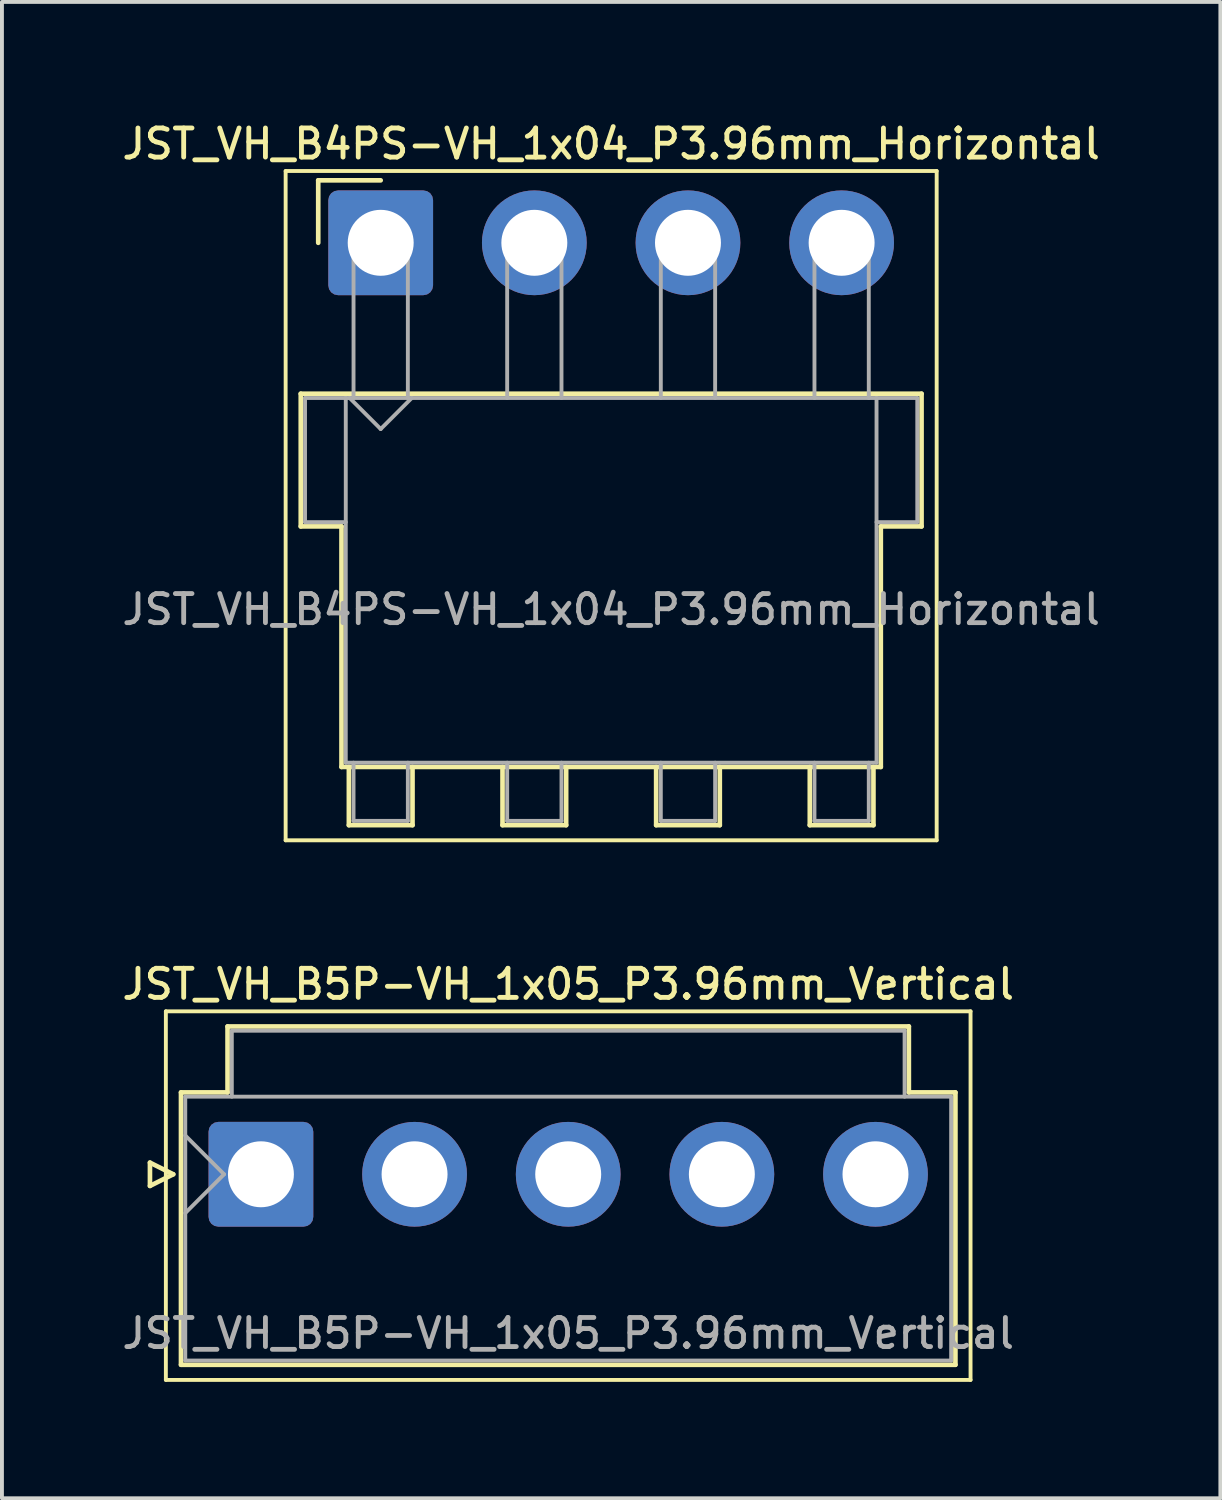
<source format=kicad_pcb>
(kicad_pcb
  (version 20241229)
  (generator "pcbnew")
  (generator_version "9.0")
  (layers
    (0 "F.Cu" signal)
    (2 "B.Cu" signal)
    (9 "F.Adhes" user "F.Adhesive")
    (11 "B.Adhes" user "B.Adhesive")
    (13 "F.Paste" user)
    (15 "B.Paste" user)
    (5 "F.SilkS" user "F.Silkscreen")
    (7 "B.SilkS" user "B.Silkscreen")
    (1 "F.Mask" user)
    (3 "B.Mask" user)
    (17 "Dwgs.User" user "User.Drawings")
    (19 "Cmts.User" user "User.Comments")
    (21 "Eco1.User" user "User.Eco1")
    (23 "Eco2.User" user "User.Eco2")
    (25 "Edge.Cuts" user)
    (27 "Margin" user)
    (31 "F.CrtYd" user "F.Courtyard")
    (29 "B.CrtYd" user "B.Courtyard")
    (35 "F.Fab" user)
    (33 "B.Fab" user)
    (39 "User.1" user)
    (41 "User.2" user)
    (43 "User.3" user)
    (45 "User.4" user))
  (footprint "JST_VH_B5P-VH_1x05_P3.96mm_Vertical"
    (layer "F.Cu")
    (at 3.675 27.216)
    (property "Reference" "JST_VH_B5P-VH_1x05_P3.96mm_Vertical" (at 7.92 -4.9 0) (layer "F.SilkS") (effects (font (size 0.75 0.75) (thickness 0.125))))
    (attr through_hole)
    (fp_line (start -2.86 -0.3) (end -2.26 0) (stroke (width 0.12) (type solid)) (layer "F.SilkS"))
    (fp_line (start -2.86 0.3) (end -2.86 -0.3) (stroke (width 0.12) (type solid)) (layer "F.SilkS"))
    (fp_line (start -2.45 -4.2) (end -2.45 5.3) (stroke (width 0.1) (type solid)) (layer "F.SilkS"))
    (fp_line (start -2.45 5.3) (end 18.29 5.3) (stroke (width 0.1) (type solid)) (layer "F.SilkS"))
    (fp_line (start -2.26 0) (end -2.86 0.3) (stroke (width 0.12) (type solid)) (layer "F.SilkS"))
    (fp_line (start -2.06 -2.11) (end -0.86 -2.11) (stroke (width 0.12) (type solid)) (layer "F.SilkS"))
    (fp_line (start -2.06 4.91) (end -2.06 -2.11) (stroke (width 0.12) (type solid)) (layer "F.SilkS"))
    (fp_line (start -0.86 -3.81) (end 16.7 -3.81) (stroke (width 0.12) (type solid)) (layer "F.SilkS"))
    (fp_line (start -0.86 -2.11) (end -0.86 -3.81) (stroke (width 0.12) (type solid)) (layer "F.SilkS"))
    (fp_line (start 16.7 -3.81) (end 16.7 -2.11) (stroke (width 0.12) (type solid)) (layer "F.SilkS"))
    (fp_line (start 16.7 -2.11) (end 17.9 -2.11) (stroke (width 0.12) (type solid)) (layer "F.SilkS"))
    (fp_line (start 17.9 -2.11) (end 17.9 4.91) (stroke (width 0.12) (type solid)) (layer "F.SilkS"))
    (fp_line (start 17.9 4.91) (end -2.06 4.91) (stroke (width 0.12) (type solid)) (layer "F.SilkS"))
    (fp_line (start 18.29 -4.2) (end -2.45 -4.2) (stroke (width 0.1) (type solid)) (layer "F.SilkS"))
    (fp_line (start 18.29 5.3) (end 18.29 -4.2) (stroke (width 0.1) (type solid)) (layer "F.SilkS"))
    (fp_line (start -1.95 -2) (end -1.95 4.8) (stroke (width 0.1) (type solid)) (layer "F.Fab"))
    (fp_line (start -1.95 -1) (end -0.95 0) (stroke (width 0.1) (type solid)) (layer "F.Fab"))
    (fp_line (start -1.95 1) (end -0.95 0) (stroke (width 0.1) (type solid)) (layer "F.Fab"))
    (fp_line (start -1.95 4.8) (end 17.79 4.8) (stroke (width 0.1) (type solid)) (layer "F.Fab"))
    (fp_line (start -0.75 -3.7) (end 16.59 -3.7) (stroke (width 0.1) (type solid)) (layer "F.Fab"))
    (fp_line (start -0.75 -2) (end -0.75 -3.7) (stroke (width 0.1) (type solid)) (layer "F.Fab"))
    (fp_line (start 16.59 -3.7) (end 16.59 -2) (stroke (width 0.1) (type solid)) (layer "F.Fab"))
    (fp_line (start 17.79 -2) (end -1.95 -2) (stroke (width 0.1) (type solid)) (layer "F.Fab"))
    (fp_line (start 17.79 4.8) (end 17.79 -2) (stroke (width 0.1) (type solid)) (layer "F.Fab"))
    (fp_text user "${REFERENCE}" (at 7.92 4.1 0) (layer "F.Fab") (effects (font (size 0.75 0.75) (thickness 0.125))))
    (pad "1" thru_hole roundrect (at 0 0) (size 2.7 2.7) (drill 1.7) (layers "*.Cu" "*.Mask") (roundrect_rratio 0.093))
    (pad "2" thru_hole circle (at 3.96 0) (size 2.7 2.7) (drill 1.7) (layers "*.Cu" "*.Mask"))
    (pad "3" thru_hole circle (at 7.92 0) (size 2.7 2.7) (drill 1.7) (layers "*.Cu" "*.Mask"))
    (pad "4" thru_hole circle (at 11.88 0) (size 2.7 2.7) (drill 1.7) (layers "*.Cu" "*.Mask"))
    (pad "5" thru_hole circle (at 15.84 0) (size 2.7 2.7) (drill 1.7) (layers "*.Cu" "*.Mask")))
  (footprint "JST_VH_B4PS-VH_1x04_P3.96mm_Horizontal"
    (layer "F.Cu")
    (at 6.762 3.208)
    (property "Reference" "JST_VH_B4PS-VH_1x04_P3.96mm_Horizontal" (at 5.94 -2.55 0) (layer "F.SilkS") (effects (font (size 0.75 0.75) (thickness 0.125))))
    (attr through_hole)
    (fp_line (start -2.45 -1.85) (end -2.45 15.4) (stroke (width 0.1) (type solid)) (layer "F.SilkS"))
    (fp_line (start -2.45 15.4) (end 14.33 15.4) (stroke (width 0.1) (type solid)) (layer "F.SilkS"))
    (fp_line (start -2.06 3.89) (end 13.94 3.89) (stroke (width 0.12) (type solid)) (layer "F.SilkS"))
    (fp_line (start -2.06 7.31) (end -2.06 3.89) (stroke (width 0.12) (type solid)) (layer "F.SilkS"))
    (fp_line (start -1.61 -1.61) (end -1.61 0) (stroke (width 0.12) (type solid)) (layer "F.SilkS"))
    (fp_line (start -1.01 7.31) (end -2.06 7.31) (stroke (width 0.12) (type solid)) (layer "F.SilkS"))
    (fp_line (start -1.01 13.51) (end -1.01 7.31) (stroke (width 0.12) (type solid)) (layer "F.SilkS"))
    (fp_line (start -0.82 13.51) (end -0.82 15.01) (stroke (width 0.12) (type solid)) (layer "F.SilkS"))
    (fp_line (start -0.82 15.01) (end 0.82 15.01) (stroke (width 0.12) (type solid)) (layer "F.SilkS"))
    (fp_line (start 0 -1.61) (end -1.61 -1.61) (stroke (width 0.12) (type solid)) (layer "F.SilkS"))
    (fp_line (start 0.82 15.01) (end 0.82 13.51) (stroke (width 0.12) (type solid)) (layer "F.SilkS"))
    (fp_line (start 3.14 13.51) (end 3.14 15.01) (stroke (width 0.12) (type solid)) (layer "F.SilkS"))
    (fp_line (start 3.14 15.01) (end 4.78 15.01) (stroke (width 0.12) (type solid)) (layer "F.SilkS"))
    (fp_line (start 4.78 15.01) (end 4.78 13.51) (stroke (width 0.12) (type solid)) (layer "F.SilkS"))
    (fp_line (start 7.1 13.51) (end 7.1 15.01) (stroke (width 0.12) (type solid)) (layer "F.SilkS"))
    (fp_line (start 7.1 15.01) (end 8.74 15.01) (stroke (width 0.12) (type solid)) (layer "F.SilkS"))
    (fp_line (start 8.74 15.01) (end 8.74 13.51) (stroke (width 0.12) (type solid)) (layer "F.SilkS"))
    (fp_line (start 11.06 13.51) (end 11.06 15.01) (stroke (width 0.12) (type solid)) (layer "F.SilkS"))
    (fp_line (start 11.06 15.01) (end 12.7 15.01) (stroke (width 0.12) (type solid)) (layer "F.SilkS"))
    (fp_line (start 12.7 15.01) (end 12.7 13.51) (stroke (width 0.12) (type solid)) (layer "F.SilkS"))
    (fp_line (start 12.89 7.31) (end 12.89 13.51) (stroke (width 0.12) (type solid)) (layer "F.SilkS"))
    (fp_line (start 12.89 13.51) (end -1.01 13.51) (stroke (width 0.12) (type solid)) (layer "F.SilkS"))
    (fp_line (start 13.94 3.89) (end 13.94 7.31) (stroke (width 0.12) (type solid)) (layer "F.SilkS"))
    (fp_line (start 13.94 7.31) (end 12.89 7.31) (stroke (width 0.12) (type solid)) (layer "F.SilkS"))
    (fp_line (start 14.33 -1.85) (end -2.45 -1.85) (stroke (width 0.1) (type solid)) (layer "F.SilkS"))
    (fp_line (start 14.33 15.4) (end 14.33 -1.85) (stroke (width 0.1) (type solid)) (layer "F.SilkS"))
    (fp_line (start -1.95 4) (end -0.9 4) (stroke (width 0.1) (type solid)) (layer "F.Fab"))
    (fp_line (start -1.95 7.2) (end -1.95 4) (stroke (width 0.1) (type solid)) (layer "F.Fab"))
    (fp_line (start -0.9 4) (end -0.9 13.4) (stroke (width 0.1) (type solid)) (layer "F.Fab"))
    (fp_line (start -0.9 7.2) (end -1.95 7.2) (stroke (width 0.1) (type solid)) (layer "F.Fab"))
    (fp_line (start -0.9 13.4) (end 12.78 13.4) (stroke (width 0.1) (type solid)) (layer "F.Fab"))
    (fp_line (start -0.8 4) (end 0 4.8) (stroke (width 0.1) (type solid)) (layer "F.Fab"))
    (fp_line (start -0.7 0) (end 0.7 0) (stroke (width 0.1) (type solid)) (layer "F.Fab"))
    (fp_line (start -0.7 4) (end -0.7 0) (stroke (width 0.1) (type solid)) (layer "F.Fab"))
    (fp_line (start -0.7 13.4) (end -0.7 14.9) (stroke (width 0.1) (type solid)) (layer "F.Fab"))
    (fp_line (start -0.7 14.9) (end 0.7 14.9) (stroke (width 0.1) (type solid)) (layer "F.Fab"))
    (fp_line (start 0 4.8) (end 0.8 4) (stroke (width 0.1) (type solid)) (layer "F.Fab"))
    (fp_line (start 0.7 0) (end 0.7 4) (stroke (width 0.1) (type solid)) (layer "F.Fab"))
    (fp_line (start 0.7 14.9) (end 0.7 13.4) (stroke (width 0.1) (type solid)) (layer "F.Fab"))
    (fp_line (start 3.26 0) (end 4.66 0) (stroke (width 0.1) (type solid)) (layer "F.Fab"))
    (fp_line (start 3.26 4) (end 3.26 0) (stroke (width 0.1) (type solid)) (layer "F.Fab"))
    (fp_line (start 3.26 13.4) (end 3.26 14.9) (stroke (width 0.1) (type solid)) (layer "F.Fab"))
    (fp_line (start 3.26 14.9) (end 4.66 14.9) (stroke (width 0.1) (type solid)) (layer "F.Fab"))
    (fp_line (start 4.66 0) (end 4.66 4) (stroke (width 0.1) (type solid)) (layer "F.Fab"))
    (fp_line (start 4.66 14.9) (end 4.66 13.4) (stroke (width 0.1) (type solid)) (layer "F.Fab"))
    (fp_line (start 7.22 0) (end 8.62 0) (stroke (width 0.1) (type solid)) (layer "F.Fab"))
    (fp_line (start 7.22 4) (end 7.22 0) (stroke (width 0.1) (type solid)) (layer "F.Fab"))
    (fp_line (start 7.22 13.4) (end 7.22 14.9) (stroke (width 0.1) (type solid)) (layer "F.Fab"))
    (fp_line (start 7.22 14.9) (end 8.62 14.9) (stroke (width 0.1) (type solid)) (layer "F.Fab"))
    (fp_line (start 8.62 0) (end 8.62 4) (stroke (width 0.1) (type solid)) (layer "F.Fab"))
    (fp_line (start 8.62 14.9) (end 8.62 13.4) (stroke (width 0.1) (type solid)) (layer "F.Fab"))
    (fp_line (start 11.18 0) (end 12.58 0) (stroke (width 0.1) (type solid)) (layer "F.Fab"))
    (fp_line (start 11.18 4) (end 11.18 0) (stroke (width 0.1) (type solid)) (layer "F.Fab"))
    (fp_line (start 11.18 13.4) (end 11.18 14.9) (stroke (width 0.1) (type solid)) (layer "F.Fab"))
    (fp_line (start 11.18 14.9) (end 12.58 14.9) (stroke (width 0.1) (type solid)) (layer "F.Fab"))
    (fp_line (start 12.58 0) (end 12.58 4) (stroke (width 0.1) (type solid)) (layer "F.Fab"))
    (fp_line (start 12.58 14.9) (end 12.58 13.4) (stroke (width 0.1) (type solid)) (layer "F.Fab"))
    (fp_line (start 12.78 4) (end -0.9 4) (stroke (width 0.1) (type solid)) (layer "F.Fab"))
    (fp_line (start 12.78 4) (end 13.83 4) (stroke (width 0.1) (type solid)) (layer "F.Fab"))
    (fp_line (start 12.78 13.4) (end 12.78 4) (stroke (width 0.1) (type solid)) (layer "F.Fab"))
    (fp_line (start 13.83 4) (end 13.83 7.2) (stroke (width 0.1) (type solid)) (layer "F.Fab"))
    (fp_line (start 13.83 7.2) (end 12.78 7.2) (stroke (width 0.1) (type solid)) (layer "F.Fab"))
    (fp_text user "${REFERENCE}" (at 5.94 9.45 0) (layer "F.Fab") (effects (font (size 0.75 0.75) (thickness 0.125))))
    (pad "1" thru_hole roundrect (at 0 0) (size 2.7 2.7) (drill 1.7) (layers "*.Cu" "*.Mask") (roundrect_rratio 0.093))
    (pad "2" thru_hole circle (at 3.96 0) (size 2.7 2.7) (drill 1.7) (layers "*.Cu" "*.Mask"))
    (pad "3" thru_hole circle (at 7.92 0) (size 2.7 2.7) (drill 1.7) (layers "*.Cu" "*.Mask"))
    (pad "4" thru_hole circle (at 11.88 0) (size 2.7 2.7) (drill 1.7) (layers "*.Cu" "*.Mask")))
  (gr_rect
    (start -3 -3)
    (end 28.404 35.566)
    (stroke (width 0.1) (type default))
    (fill no)
    (layer "Edge.Cuts")))
</source>
